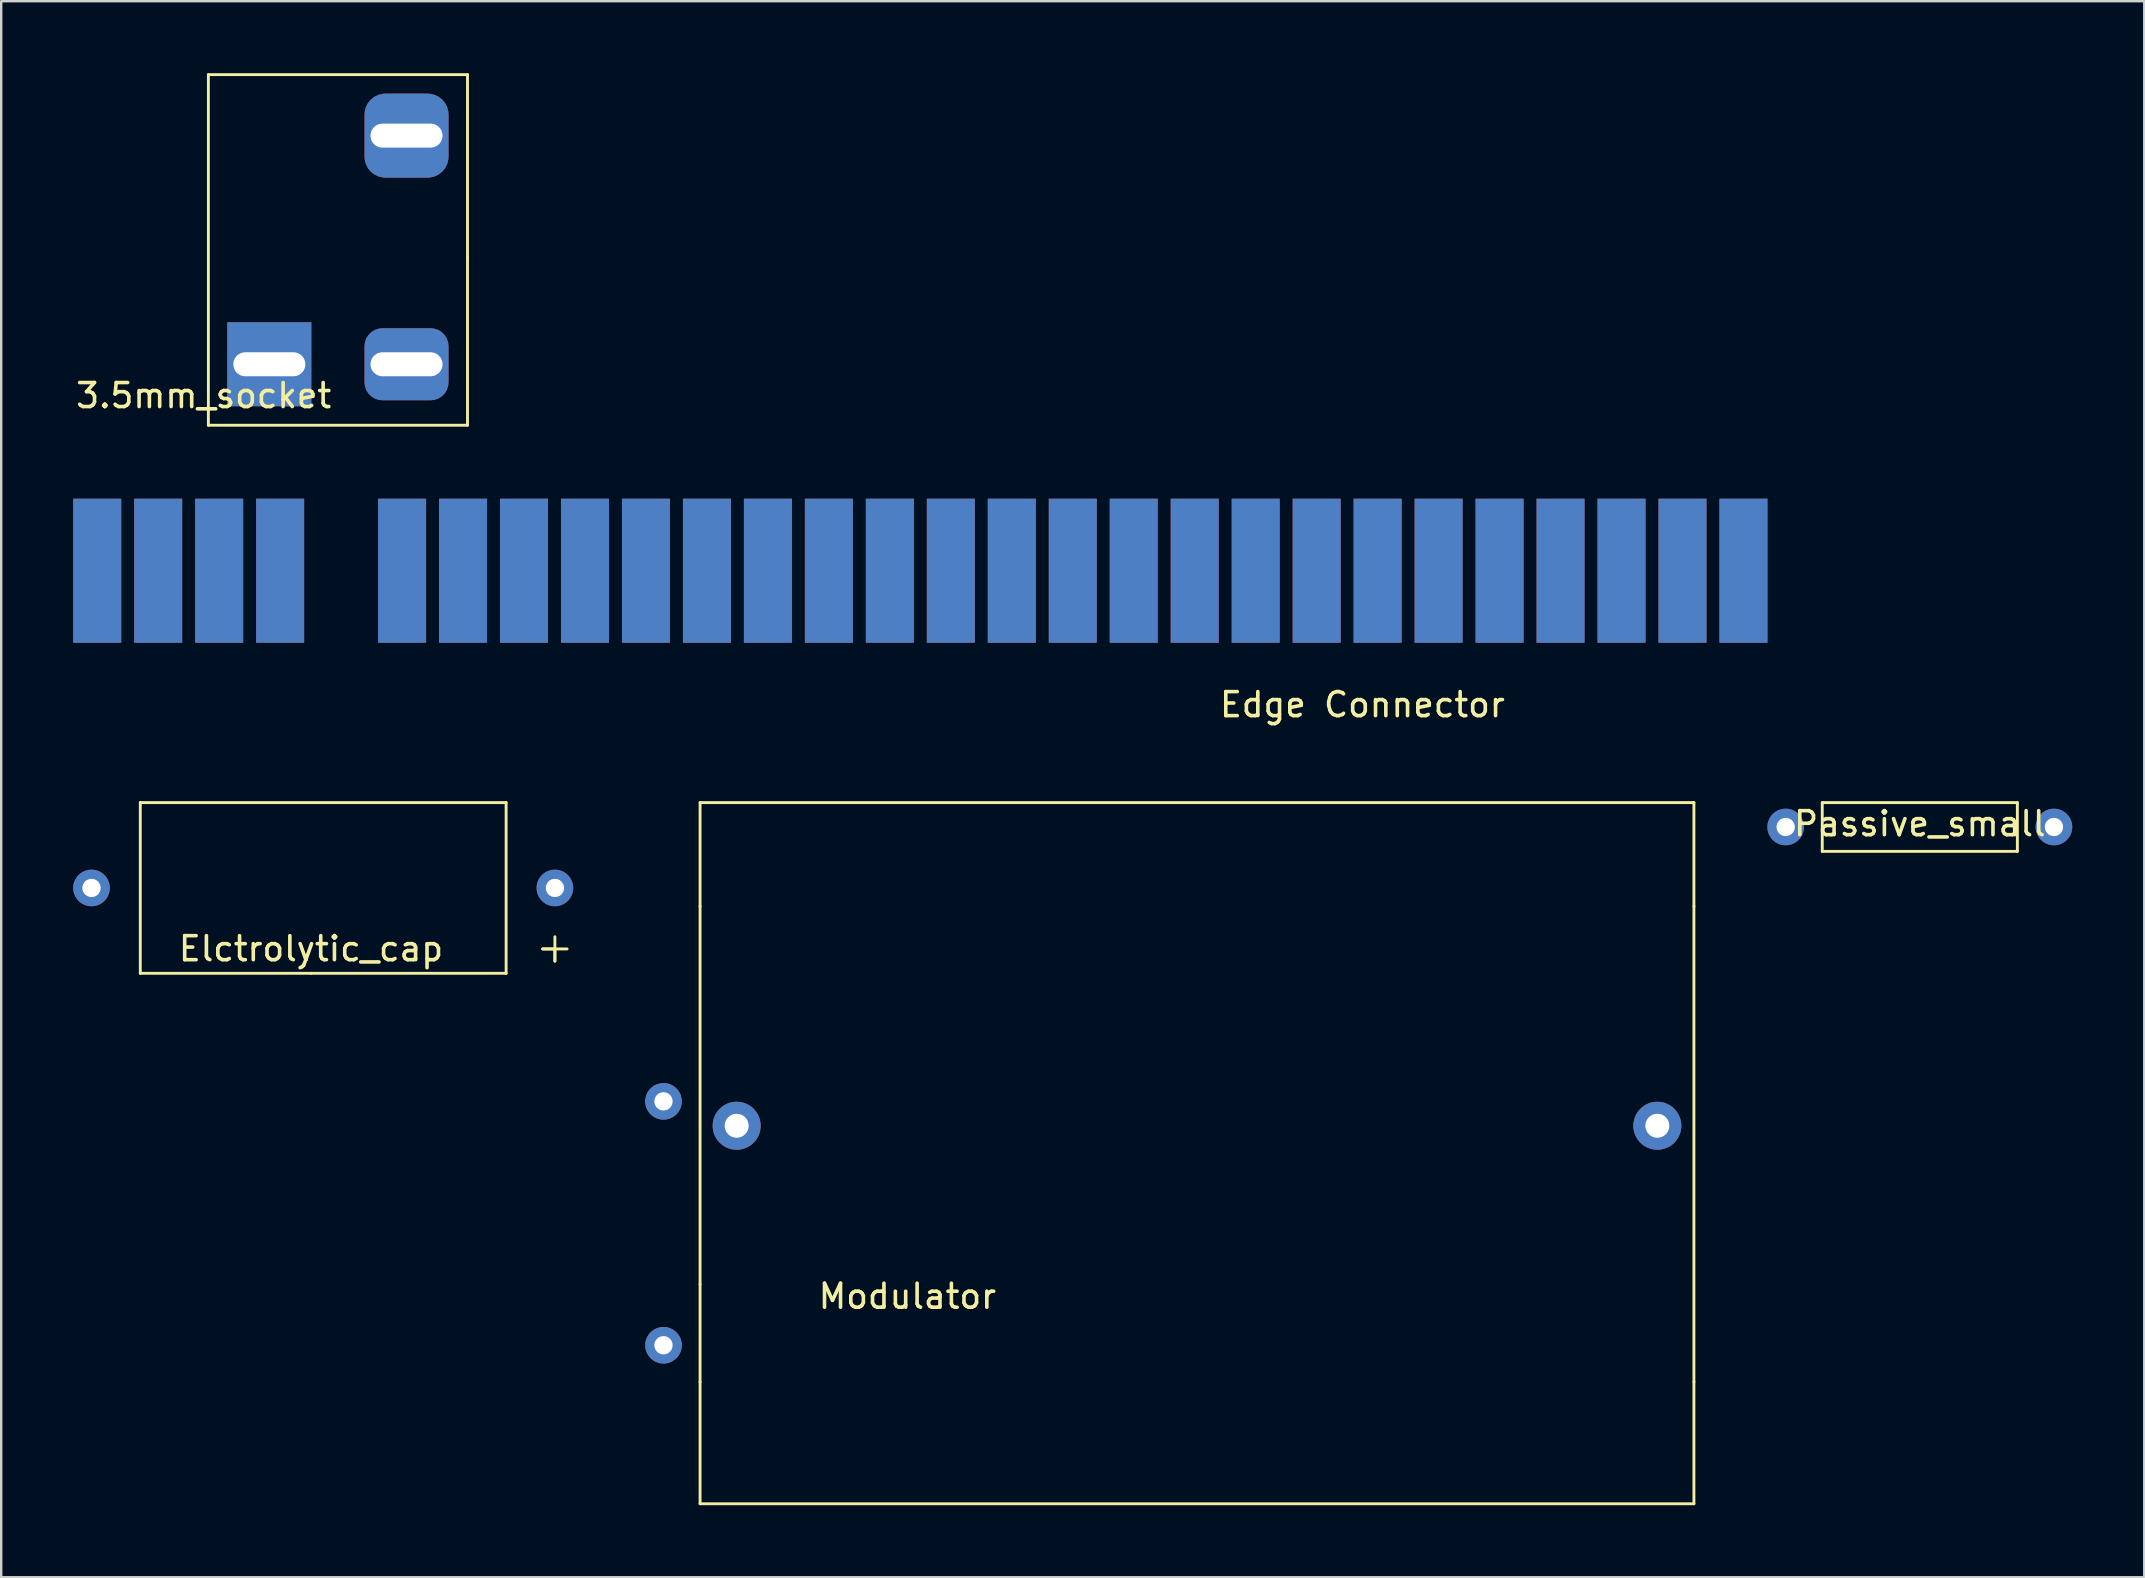
<source format=kicad_pcb>
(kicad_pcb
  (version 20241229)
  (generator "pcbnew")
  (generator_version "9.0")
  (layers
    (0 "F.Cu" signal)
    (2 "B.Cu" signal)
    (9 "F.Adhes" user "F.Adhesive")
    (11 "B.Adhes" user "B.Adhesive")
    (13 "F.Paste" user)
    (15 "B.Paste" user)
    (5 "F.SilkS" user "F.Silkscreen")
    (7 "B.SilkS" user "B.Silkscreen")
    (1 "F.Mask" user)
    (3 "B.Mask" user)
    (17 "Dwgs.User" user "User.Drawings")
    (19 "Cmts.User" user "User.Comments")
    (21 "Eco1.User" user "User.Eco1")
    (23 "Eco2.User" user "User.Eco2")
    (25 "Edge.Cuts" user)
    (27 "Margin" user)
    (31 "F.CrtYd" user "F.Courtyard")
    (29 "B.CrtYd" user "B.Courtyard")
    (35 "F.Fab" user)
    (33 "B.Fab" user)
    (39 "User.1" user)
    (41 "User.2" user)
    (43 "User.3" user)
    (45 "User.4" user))
  (footprint "Edge Connector"
    (layer "F.Cu")
    (at 6.715 27.075)
    (property "Reference" "Edge Connector" (at 46.99 -0.77 0) (layer "F.SilkS") (effects (font (size 1 1) (thickness 0.15))))
    (attr through_hole)
    (pad "1" connect rect (at -5.715 -6.35 180) (size 2 6) (layers "F.Cu" "F.Mask"))
    (pad "2" connect rect (at -3.175 -6.35 180) (size 2 6) (layers "F.Cu" "F.Mask"))
    (pad "3" connect rect (at -0.635 -6.35 180) (size 2 6) (layers "F.Cu" "F.Mask"))
    (pad "4" connect rect (at 1.905 -6.35 180) (size 2 6) (layers "F.Cu" "F.Mask"))
    (pad "5" connect rect (at 6.985 -6.35 180) (size 2 6) (layers "F.Cu" "F.Mask"))
    (pad "6" connect rect (at 9.525 -6.35 180) (size 2 6) (layers "F.Cu" "F.Mask"))
    (pad "7" connect rect (at 12.065 -6.35 180) (size 2 6) (layers "F.Cu" "F.Mask"))
    (pad "8" connect rect (at 14.605 -6.35 180) (size 2 6) (layers "F.Cu" "F.Mask"))
    (pad "9" connect rect (at 17.145 -6.35 180) (size 2 6) (layers "F.Cu" "F.Mask"))
    (pad "10" connect rect (at 19.685 -6.35 180) (size 2 6) (layers "F.Cu" "F.Mask"))
    (pad "11" connect rect (at 22.225 -6.35 180) (size 2 6) (layers "F.Cu" "F.Mask"))
    (pad "12" connect rect (at 24.765 -6.35 180) (size 2 6) (layers "F.Cu" "F.Mask"))
    (pad "13" connect rect (at 27.305 -6.35 180) (size 2 6) (layers "F.Cu" "F.Mask"))
    (pad "14" connect rect (at 29.845 -6.35 180) (size 2 6) (layers "F.Cu" "F.Mask"))
    (pad "15" connect rect (at 32.385 -6.35 180) (size 2 6) (layers "F.Cu" "F.Mask"))
    (pad "16" connect rect (at 34.925 -6.35 180) (size 2 6) (layers "F.Cu" "F.Mask"))
    (pad "17" connect rect (at 37.465 -6.35 180) (size 2 6) (layers "F.Cu" "F.Mask"))
    (pad "18" connect rect (at 40.005 -6.35 180) (size 2 6) (layers "F.Cu" "F.Mask"))
    (pad "19" connect rect (at 42.545 -6.35 180) (size 2 6) (layers "F.Cu" "F.Mask"))
    (pad "20" connect rect (at 45.085 -6.35 180) (size 2 6) (layers "F.Cu" "F.Mask"))
    (pad "21" connect rect (at 47.625 -6.35 180) (size 2 6) (layers "F.Cu" "F.Mask"))
    (pad "22" connect rect (at 50.165 -6.35 180) (size 2 6) (layers "F.Cu" "F.Mask"))
    (pad "23" connect rect (at 52.705 -6.35 180) (size 2 6) (layers "F.Cu" "F.Mask"))
    (pad "24" connect rect (at 55.245 -6.35 180) (size 2 6) (layers "F.Cu" "F.Mask"))
    (pad "25" connect rect (at 57.785 -6.35 180) (size 2 6) (layers "F.Cu" "F.Mask"))
    (pad "26" connect rect (at 60.325 -6.35 180) (size 2 6) (layers "F.Cu" "F.Mask"))
    (pad "27" connect rect (at 62.865 -6.35 180) (size 2 6) (layers "F.Cu" "F.Mask"))
    (pad "28" connect rect (at -5.715 -6.35 180) (size 2 6) (layers "B.Cu" "B.Mask"))
    (pad "29" connect rect (at -3.175 -6.35 180) (size 2 6) (layers "B.Cu" "B.Mask"))
    (pad "30" connect rect (at -0.635 -6.35 180) (size 2 6) (layers "B.Cu" "B.Mask"))
    (pad "31" connect rect (at 1.905 -6.35 180) (size 2 6) (layers "B.Cu" "B.Mask"))
    (pad "32" connect rect (at 6.985 -6.35 180) (size 2 6) (layers "B.Cu" "B.Mask"))
    (pad "33" connect rect (at 9.525 -6.35 180) (size 2 6) (layers "B.Cu" "B.Mask"))
    (pad "34" connect rect (at 12.065 -6.35 180) (size 2 6) (layers "B.Cu" "B.Mask"))
    (pad "35" connect rect (at 14.605 -6.35 180) (size 2 6) (layers "B.Cu" "B.Mask"))
    (pad "36" connect rect (at 17.145 -6.35 180) (size 2 6) (layers "B.Cu" "B.Mask"))
    (pad "37" connect rect (at 19.685 -6.35 180) (size 2 6) (layers "B.Cu" "B.Mask"))
    (pad "38" connect rect (at 22.225 -6.35 180) (size 2 6) (layers "B.Cu" "B.Mask"))
    (pad "39" connect rect (at 24.765 -6.35 180) (size 2 6) (layers "B.Cu" "B.Mask"))
    (pad "40" connect rect (at 27.305 -6.35 180) (size 2 6) (layers "B.Cu" "B.Mask"))
    (pad "41" connect rect (at 29.845 -6.35 180) (size 2 6) (layers "B.Cu" "B.Mask"))
    (pad "42" connect rect (at 32.385 -6.35 180) (size 2 6) (layers "B.Cu" "B.Mask"))
    (pad "43" connect rect (at 34.925 -6.35 180) (size 2 6) (layers "B.Cu" "B.Mask"))
    (pad "44" connect rect (at 37.465 -6.35 180) (size 2 6) (layers "B.Cu" "B.Mask"))
    (pad "45" connect rect (at 40.005 -6.35 180) (size 2 6) (layers "B.Cu" "B.Mask"))
    (pad "46" connect rect (at 42.545 -6.35 180) (size 2 6) (layers "B.Cu" "B.Mask"))
    (pad "47" connect rect (at 45.085 -6.35 180) (size 2 6) (layers "B.Cu" "B.Mask"))
    (pad "48" connect rect (at 47.625 -6.35 180) (size 2 6) (layers "B.Cu" "B.Mask"))
    (pad "49" connect rect (at 50.165 -6.35 180) (size 2 6) (layers "B.Cu" "B.Mask"))
    (pad "50" connect rect (at 52.705 -6.35 180) (size 2 6) (layers "B.Cu" "B.Mask"))
    (pad "51" connect rect (at 55.245 -6.35 180) (size 2 6) (layers "B.Cu" "B.Mask"))
    (pad "52" connect rect (at 57.785 -6.35 180) (size 2 6) (layers "B.Cu" "B.Mask"))
    (pad "53" connect rect (at 60.325 -6.35 180) (size 2 6) (layers "B.Cu" "B.Mask"))
    (pad "54" connect rect (at 62.865 -6.35 180) (size 2 6) (layers "B.Cu" "B.Mask")))
  (footprint "Elctrolytic_cap"
    (layer "F.Cu")
    (at 9.906 33.941)
    (property "Reference" "Elctrolytic_cap" (at 0 2.532 0) (layer "F.SilkS") (effects (font (size 1 1) (thickness 0.15))))
    (attr through_hole)
    (fp_line (start -7.112 -3.556) (end 8.128 -3.556) (stroke (width 0.12) (type solid)) (layer "F.SilkS"))
    (fp_line (start -7.112 3.556) (end -7.112 -3.556) (stroke (width 0.12) (type solid)) (layer "F.SilkS"))
    (fp_line (start 0 3.556) (end -7.112 3.556) (stroke (width 0.12) (type solid)) (layer "F.SilkS"))
    (fp_line (start 8.128 -3.556) (end 8.128 3.556) (stroke (width 0.12) (type solid)) (layer "F.SilkS"))
    (fp_line (start 8.128 3.556) (end 0 3.556) (stroke (width 0.12) (type solid)) (layer "F.SilkS"))
    (fp_line (start 9.652 2.54) (end 10.668 2.54) (stroke (width 0.12) (type solid)) (layer "F.SilkS"))
    (fp_line (start 10.16 2.032) (end 10.16 3.048) (stroke (width 0.12) (type solid)) (layer "F.SilkS"))
    (fp_line (start 10.16 2.54) (end 9.652 2.54) (stroke (width 0.12) (type solid)) (layer "F.SilkS"))
    (fp_line (start 10.16 3.048) (end 10.16 2.54) (stroke (width 0.12) (type solid)) (layer "F.SilkS"))
    (pad "1" thru_hole circle (at -9.144 0) (size 1.524 1.524) (drill 0.762) (layers "*.Cu" "*.Mask"))
    (pad "2" thru_hole circle (at 10.16 0) (size 1.524 1.524) (drill 0.762) (layers "*.Cu" "*.Mask")))
  (footprint "3.5mm_socket"
    (layer "F.Cu")
    (at 13.885 7.68)
    (property "Reference" "3.5mm_socket" (at -8.45 5.75 0) (layer "F.SilkS") (effects (font (size 1 1) (thickness 0.15))))
    (attr through_hole)
    (fp_line (start -8.255 -7.62) (end -8.255 6.985) (stroke (width 0.12) (type solid)) (layer "F.SilkS"))
    (fp_line (start -8.255 6.985) (end 2.54 6.985) (stroke (width 0.12) (type solid)) (layer "F.SilkS"))
    (fp_line (start 2.54 -7.62) (end -8.255 -7.62) (stroke (width 0.12) (type solid)) (layer "F.SilkS"))
    (fp_line (start 2.54 0) (end 2.54 -7.62) (stroke (width 0.12) (type solid)) (layer "F.SilkS"))
    (fp_line (start 2.54 6.985) (end 2.54 0) (stroke (width 0.12) (type solid)) (layer "F.SilkS"))
    (pad "1" thru_hole rect (at -5.715 4.445 270) (size 3.5 3.5) (drill oval 1 3) (layers "*.Cu" "*.Mask"))
    (pad "2" thru_hole roundrect (at 0 4.445 90) (size 3 3.5) (drill oval 1 3) (layers "*.Cu" "*.Mask") (roundrect_rratio 0.25))
    (pad "MP" thru_hole roundrect (at 0 -5.08) (size 3.5 3.5) (drill oval 3 1) (layers "*.Cu" "*.Mask") (roundrect_rratio 0.25)))
  (footprint "Modulator"
    (layer "F.Cu")
    (at 34.75 50.451)
    (property "Reference" "Modulator" (at 0 0.5 0) (layer "F.SilkS") (effects (font (size 1 1) (thickness 0.15))))
    (attr through_hole)
    (fp_line (start -8.636 -20.066) (end -8.636 -15.748) (stroke (width 0.12) (type solid)) (layer "F.SilkS"))
    (fp_line (start -8.636 -20.066) (end 32.766 -20.066) (stroke (width 0.12) (type solid)) (layer "F.SilkS"))
    (fp_line (start -8.636 0) (end -8.636 -15.748) (stroke (width 0.12) (type solid)) (layer "F.SilkS"))
    (fp_line (start -8.636 4.064) (end -8.636 0) (stroke (width 0.12) (type solid)) (layer "F.SilkS"))
    (fp_line (start -8.636 4.064) (end -8.636 9.144) (stroke (width 0.12) (type solid)) (layer "F.SilkS"))
    (fp_line (start 32.766 -15.748) (end 32.766 -20.066) (stroke (width 0.12) (type solid)) (layer "F.SilkS"))
    (fp_line (start 32.766 -15.748) (end 32.766 4.064) (stroke (width 0.12) (type solid)) (layer "F.SilkS"))
    (fp_line (start 32.766 4.064) (end 32.766 9.144) (stroke (width 0.12) (type solid)) (layer "F.SilkS"))
    (fp_line (start 32.766 9.144) (end -8.636 9.144) (stroke (width 0.12) (type solid)) (layer "F.SilkS"))
    (pad "1" thru_hole circle (at -10.16 2.54) (size 1.524 1.524) (drill 0.762) (layers "*.Cu" "*.Mask"))
    (pad "2" thru_hole circle (at -10.16 -7.62) (size 1.524 1.524) (drill 0.762) (layers "*.Cu" "*.Mask"))
    (pad "3" thru_hole circle (at -7.112 -6.604) (size 2 2) (drill 1) (layers "*.Cu" "*.Mask"))
    (pad "3" thru_hole circle (at 31.242 -6.604) (size 2 2) (drill 1) (layers "*.Cu" "*.Mask")))
  (footprint "Passive_small"
    (layer "F.Cu")
    (at 76.926 31.401)
    (property "Reference" "Passive_small" (at 0 -0.135 0) (layer "F.SilkS") (effects (font (size 1 1) (thickness 0.15))))
    (attr through_hole)
    (fp_line (start -4.064 -1.016) (end -4.064 1.016) (stroke (width 0.12) (type solid)) (layer "F.SilkS"))
    (fp_line (start -4.064 -1.016) (end 4.064 -1.016) (stroke (width 0.12) (type solid)) (layer "F.SilkS"))
    (fp_line (start 4.064 -1.016) (end 4.064 1.016) (stroke (width 0.12) (type solid)) (layer "F.SilkS"))
    (fp_line (start 4.064 1.016) (end -4.064 1.016) (stroke (width 0.12) (type solid)) (layer "F.SilkS"))
    (pad "1" thru_hole circle (at -5.588 0) (size 1.524 1.524) (drill 0.762) (layers "*.Cu" "*.Mask"))
    (pad "2" thru_hole circle (at 5.588 0) (size 1.524 1.524) (drill 0.762) (layers "*.Cu" "*.Mask")))
  (gr_rect
    (start -3 -3)
    (end 86.276 62.655)
    (stroke (width 0.1) (type default))
    (fill no)
    (layer "Edge.Cuts")))
</source>
